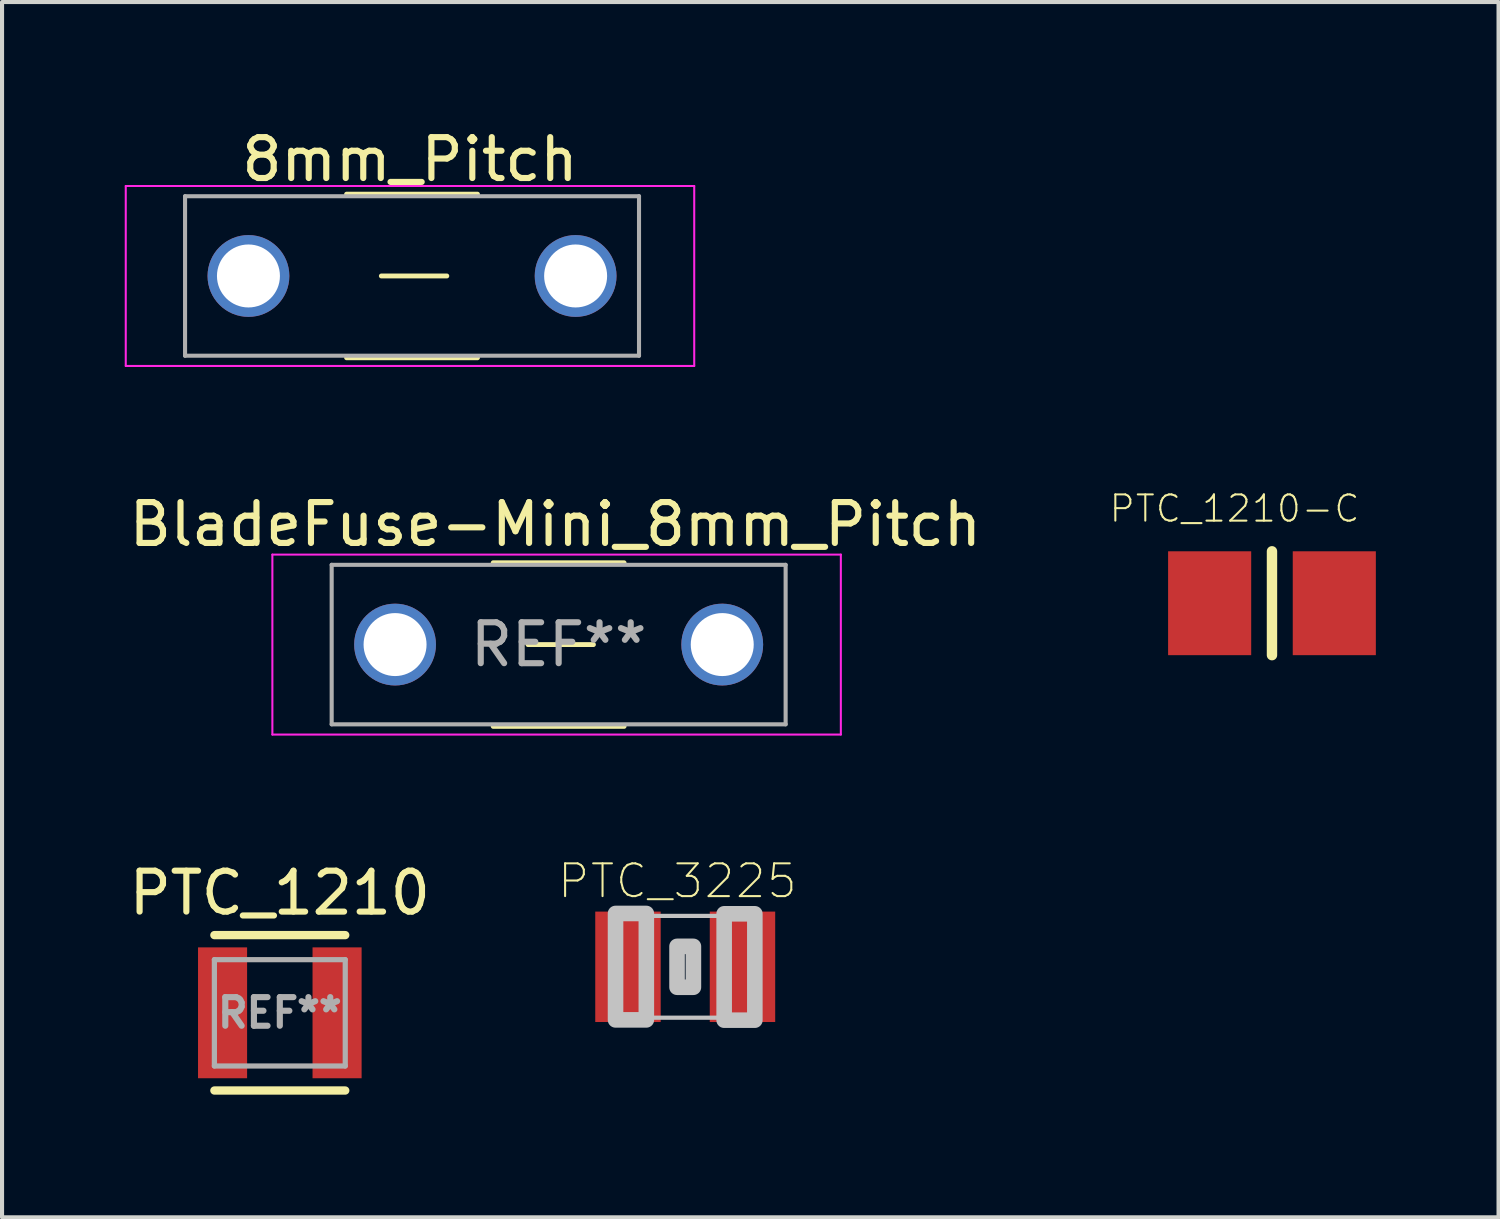
<source format=kicad_pcb>
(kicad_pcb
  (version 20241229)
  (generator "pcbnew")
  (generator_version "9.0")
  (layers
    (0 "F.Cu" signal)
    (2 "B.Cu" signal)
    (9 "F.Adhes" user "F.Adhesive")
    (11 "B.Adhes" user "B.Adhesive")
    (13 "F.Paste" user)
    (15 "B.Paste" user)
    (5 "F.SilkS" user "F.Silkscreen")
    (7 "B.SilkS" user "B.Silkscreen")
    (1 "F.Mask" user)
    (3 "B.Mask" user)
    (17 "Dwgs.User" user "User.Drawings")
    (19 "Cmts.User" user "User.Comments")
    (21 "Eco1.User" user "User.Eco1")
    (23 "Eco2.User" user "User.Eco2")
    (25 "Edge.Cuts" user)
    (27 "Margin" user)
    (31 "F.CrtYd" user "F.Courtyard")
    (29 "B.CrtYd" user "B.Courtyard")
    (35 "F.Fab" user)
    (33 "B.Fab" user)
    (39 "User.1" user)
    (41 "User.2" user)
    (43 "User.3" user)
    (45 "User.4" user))
  (footprint "PTC_3225"
    (layer "F.Cu")
    (at 13.705 20.59)
    (property "Reference" "PTC_3225" (at -0.191 -2.097 0) (layer "F.SilkS") (effects (font (size 0.801 0.801) (thickness 0.05))))
    (attr smd)
    (fp_line (start -0.965 -1.245) (end 0.965 -1.245) (stroke (width 0.102) (type solid)) (layer "Dwgs.User"))
    (fp_line (start -0.965 1.245) (end 0.965 1.245) (stroke (width 0.102) (type solid)) (layer "Dwgs.User"))
    (fp_poly (pts (xy -1.704 -1.304) (xy -0.951 -1.304) (xy -0.951 1.298) (xy -1.704 1.298)) (stroke (width 0.381) (type solid)) (fill no) (layer "Dwgs.User"))
    (fp_poly (pts (xy -0.2 -0.5) (xy 0.2 -0.5) (xy 0.2 0.5) (xy -0.2 0.5)) (stroke (width 0.381) (type solid)) (fill no) (layer "Dwgs.User"))
    (fp_poly (pts (xy 0.952 -1.296) (xy 1.702 -1.296) (xy 1.702 1.305) (xy 0.952 1.305)) (stroke (width 0.381) (type solid)) (fill no) (layer "Dwgs.User"))
    (pad "1" smd rect (at -1.4 0) (size 1.6 2.7) (layers "F.Cu" "F.Mask" "F.Paste"))
    (pad "2" smd rect (at 1.4 0) (size 1.6 2.7) (layers "F.Cu" "F.Mask" "F.Paste")))
  (footprint "BladeFuse-Mini_8mm_Pitch"
    (layer "F.Cu")
    (at 6.61 12.711)
    (property "Reference" "BladeFuse-Mini_8mm_Pitch" (at 3.92 -2.94 0) (layer "F.SilkS") (effects (font (size 1 1) (thickness 0.15))))
    (attr through_hole)
    (fp_line (start 2.4 -2) (end 5.6 -2) (stroke (width 0.12) (type solid)) (layer "F.SilkS"))
    (fp_line (start 3.25 0) (end 4.85 0) (stroke (width 0.12) (type solid)) (layer "F.SilkS"))
    (fp_line (start 5.6 2) (end 2.4 2) (stroke (width 0.12) (type solid)) (layer "F.SilkS"))
    (fp_line (start -3 -2.2) (end -3 2.2) (stroke (width 0.05) (type solid)) (layer "F.CrtYd"))
    (fp_line (start -3 -2.2) (end 10.9 -2.2) (stroke (width 0.05) (type solid)) (layer "F.CrtYd"))
    (fp_line (start 10.9 2.2) (end -3 2.2) (stroke (width 0.05) (type solid)) (layer "F.CrtYd"))
    (fp_line (start 10.9 2.2) (end 10.9 -2.2) (stroke (width 0.05) (type solid)) (layer "F.CrtYd"))
    (fp_line (start -1.55 -1.95) (end 9.55 -1.95) (stroke (width 0.1) (type solid)) (layer "F.Fab"))
    (fp_line (start -1.55 1.95) (end -1.55 -1.95) (stroke (width 0.1) (type solid)) (layer "F.Fab"))
    (fp_line (start 9.55 -1.95) (end 9.55 1.95) (stroke (width 0.1) (type solid)) (layer "F.Fab"))
    (fp_line (start 9.55 1.95) (end -1.55 1.95) (stroke (width 0.1) (type solid)) (layer "F.Fab"))
    (fp_text user "REF**" (at 4 0 0) (layer "F.Fab") (effects (font (size 1 1) (thickness 0.15))))
    (pad "1" thru_hole circle (at 0 0) (size 2 2) (drill 1.54) (layers "*.Cu" "*.Mask"))
    (pad "2" thru_hole circle (at 8 0) (size 2 2) (drill 1.54) (layers "*.Cu" "*.Mask")))
  (footprint "PTC_1210"
    (layer "F.Cu")
    (at 3.792 21.715)
    (property "Reference" "PTC_1210" (at 0 -2.93 0) (layer "F.SilkS") (effects (font (size 1 1) (thickness 0.15))))
    (attr smd)
    (fp_line (start -1.6 -1.9) (end 1.6 -1.9) (stroke (width 0.203) (type solid)) (layer "F.SilkS"))
    (fp_line (start -1.6 1.9) (end 1.6 1.9) (stroke (width 0.203) (type solid)) (layer "F.SilkS"))
    (fp_line (start -1.6 -1.3) (end 1.6 -1.3) (stroke (width 0.127) (type solid)) (layer "F.Fab"))
    (fp_line (start -1.6 1.3) (end -1.6 -1.3) (stroke (width 0.127) (type solid)) (layer "F.Fab"))
    (fp_line (start 1.6 -1.3) (end 1.6 1.3) (stroke (width 0.127) (type solid)) (layer "F.Fab"))
    (fp_line (start 1.6 1.3) (end -1.6 1.3) (stroke (width 0.127) (type solid)) (layer "F.Fab"))
    (fp_text user "REF**" (at 0 0 0) (layer "F.Fab") (effects (font (size 0.7 0.7) (thickness 0.15))))
    (pad "1" smd rect (at -1.4 0) (size 1.2 3.2) (layers "F.Cu" "F.Mask" "F.Paste"))
    (pad "2" smd rect (at 1.4 0) (size 1.2 3.2) (layers "F.Cu" "F.Mask" "F.Paste")))
  (footprint "8mm_Pitch"
    (layer "F.Cu")
    (at 3.025 3.698)
    (property "Reference" "8mm_Pitch" (at 3.95 -2.85 0) (layer "F.SilkS") (effects (font (size 1 1) (thickness 0.15))))
    (attr through_hole)
    (fp_line (start 2.4 -2) (end 5.6 -2) (stroke (width 0.12) (type solid)) (layer "F.SilkS"))
    (fp_line (start 3.25 0) (end 4.85 0) (stroke (width 0.12) (type solid)) (layer "F.SilkS"))
    (fp_line (start 5.6 2) (end 2.4 2) (stroke (width 0.12) (type solid)) (layer "F.SilkS"))
    (fp_line (start -3 -2.2) (end -3 2.2) (stroke (width 0.05) (type solid)) (layer "F.CrtYd"))
    (fp_line (start -3 -2.2) (end 10.9 -2.2) (stroke (width 0.05) (type solid)) (layer "F.CrtYd"))
    (fp_line (start 10.9 2.2) (end -3 2.2) (stroke (width 0.05) (type solid)) (layer "F.CrtYd"))
    (fp_line (start 10.9 2.2) (end 10.9 -2.2) (stroke (width 0.05) (type solid)) (layer "F.CrtYd"))
    (fp_line (start -1.55 -1.95) (end 9.55 -1.95) (stroke (width 0.1) (type solid)) (layer "F.Fab"))
    (fp_line (start -1.55 1.95) (end -1.55 -1.95) (stroke (width 0.1) (type solid)) (layer "F.Fab"))
    (fp_line (start 9.55 -1.95) (end 9.55 1.95) (stroke (width 0.1) (type solid)) (layer "F.Fab"))
    (fp_line (start 9.55 1.95) (end -1.55 1.95) (stroke (width 0.1) (type solid)) (layer "F.Fab"))
    (pad "1" thru_hole circle (at 0 0) (size 2 2) (drill 1.54) (layers "*.Cu" "*.Mask"))
    (pad "2" thru_hole circle (at 8 0) (size 2 2) (drill 1.54) (layers "*.Cu" "*.Mask")))
  (footprint "PTC_1210-C"
    (layer "F.Cu")
    (at 28.052 11.7)
    (property "Reference" "PTC_1210-C" (at -0.915 -2.314 0) (layer "F.SilkS") (effects (font (size 0.641 0.641) (thickness 0.05))))
    (attr smd)
    (fp_line (start 0 1.27) (end 0 -1.27) (stroke (width 0.254) (type solid)) (layer "F.SilkS"))
    (pad "1" smd rect (at -1.524 0 90) (size 2.54 2.032) (layers "F.Cu" "F.Mask" "F.Paste"))
    (pad "2" smd rect (at 1.524 0 90) (size 2.54 2.032) (layers "F.Cu" "F.Mask" "F.Paste")))
  (gr_rect
    (start -3 -3)
    (end 33.592 26.716)
    (stroke (width 0.1) (type default))
    (fill no)
    (layer "Edge.Cuts")))
</source>
